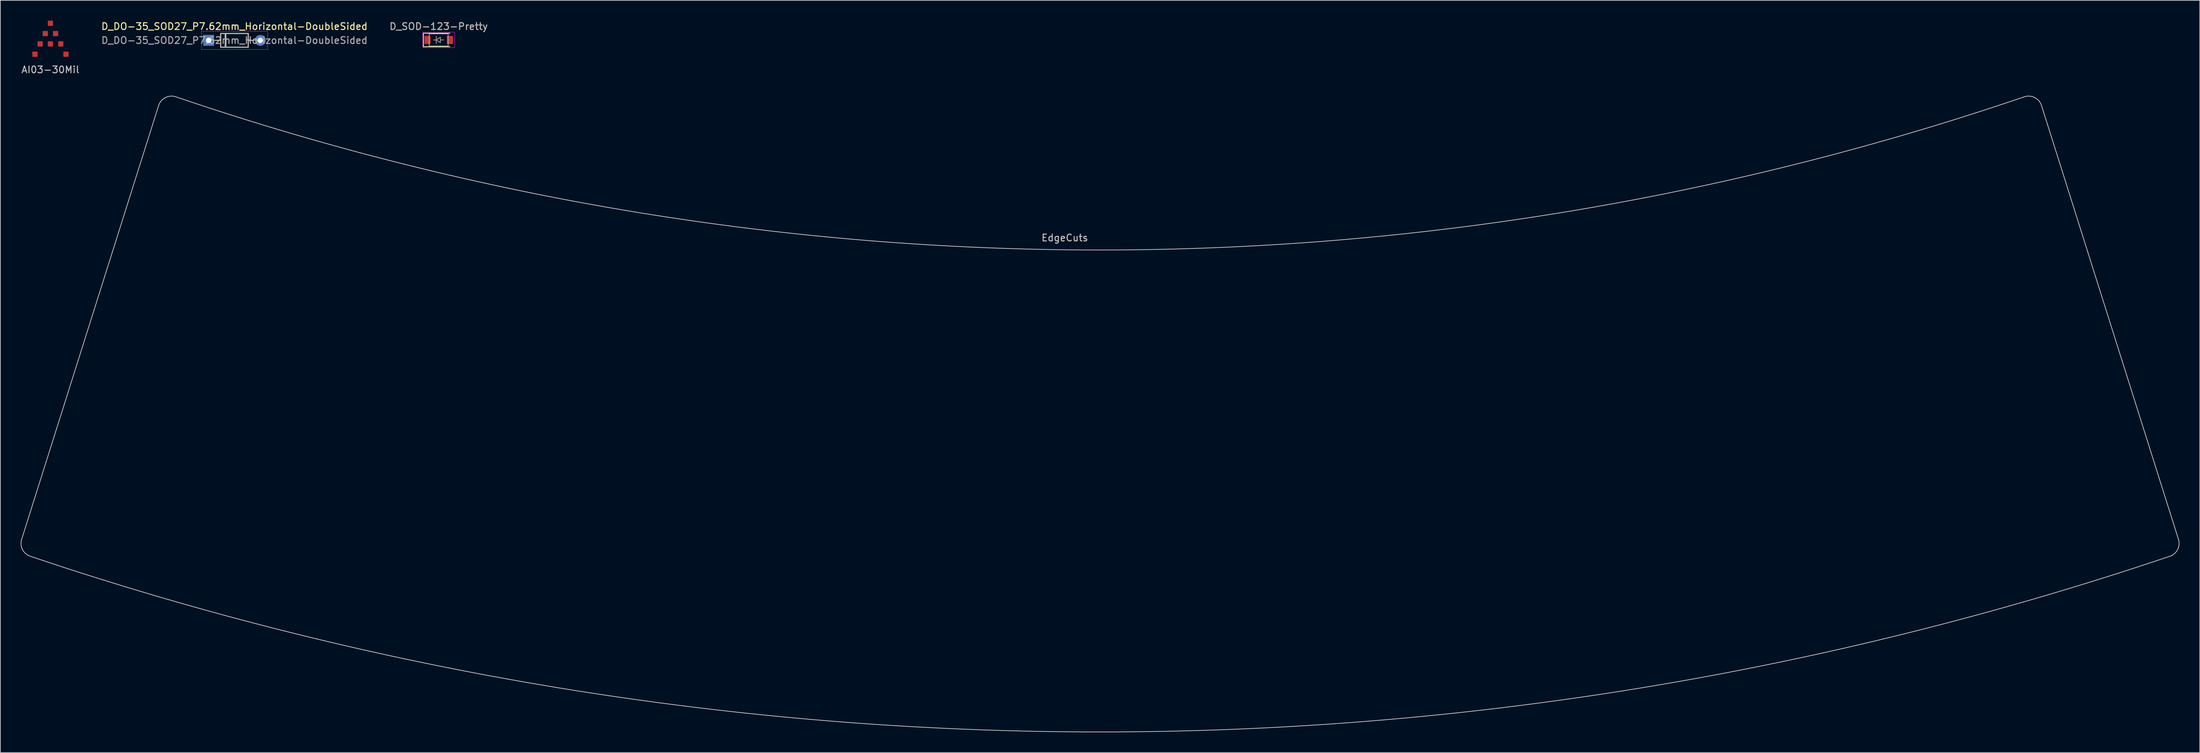
<source format=kicad_pcb>
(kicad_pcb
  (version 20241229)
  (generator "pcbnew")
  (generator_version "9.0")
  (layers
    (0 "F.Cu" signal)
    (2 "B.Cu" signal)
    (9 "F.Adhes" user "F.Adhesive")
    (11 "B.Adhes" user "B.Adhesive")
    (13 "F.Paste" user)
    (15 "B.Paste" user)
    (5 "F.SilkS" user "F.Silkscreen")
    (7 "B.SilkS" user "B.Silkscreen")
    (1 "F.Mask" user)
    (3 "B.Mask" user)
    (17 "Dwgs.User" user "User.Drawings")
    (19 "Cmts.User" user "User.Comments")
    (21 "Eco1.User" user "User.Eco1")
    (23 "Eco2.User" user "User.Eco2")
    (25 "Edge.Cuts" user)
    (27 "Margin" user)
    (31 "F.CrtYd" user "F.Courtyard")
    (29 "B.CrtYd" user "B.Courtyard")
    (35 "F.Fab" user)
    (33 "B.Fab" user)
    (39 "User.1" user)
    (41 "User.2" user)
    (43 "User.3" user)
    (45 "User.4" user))
  (footprint "AI03-30Mil"
    (layer "F.Cu")
    (at 4.387 2.667)
    (property "Reference" "AI03-30Mil" (at 0 4.572 0) (layer "Dwgs.User") (effects (font (size 1 1) (thickness 0.15))))
    (attr through_hole)
    (pad "1" smd rect (at 0 0.762) (size 0.762 0.762) (layers "F.Cu" "F.Mask" "F.Paste"))
    (pad "3" smd rect (at 1.524 0.762) (size 0.762 0.762) (layers "F.Cu" "F.Mask" "F.Paste"))
    (pad "5" smd rect (at -1.524 0.762) (size 0.762 0.762) (layers "F.Cu" "F.Mask" "F.Paste"))
    (pad "7" smd rect (at -0.762 -0.762) (size 0.762 0.762) (layers "F.Cu" "F.Mask" "F.Paste"))
    (pad "9" smd rect (at 0.762 -0.762) (size 0.762 0.762) (layers "F.Cu" "F.Mask" "F.Paste"))
    (pad "11" smd rect (at 0 -2.286) (size 0.762 0.762) (layers "F.Cu" "F.Mask" "F.Paste"))
    (pad "14" smd rect (at -2.286 2.286) (size 0.762 0.762) (layers "F.Cu" "F.Mask" "F.Paste"))
    (pad "17" smd rect (at 2.286 2.286) (size 0.762 0.762) (layers "F.Cu" "F.Mask" "F.Paste")))
  (footprint "D_SOD-123-Pretty"
    (layer "F.Cu")
    (at 61.625 2.848)
    (property "Reference" "D_SOD-123-Pretty" (at 0 -2 0) (layer "F.SilkS") (effects (font (size 1 1) (thickness 0.15))))
    (attr smd)
    (fp_line (start -2.25 -1) (end -2.25 1) (stroke (width 0.12) (type solid)) (layer "F.SilkS"))
    (fp_line (start -2.25 -1) (end 1.65 -1) (stroke (width 0.12) (type solid)) (layer "F.SilkS"))
    (fp_line (start -2.25 1) (end 1.65 1) (stroke (width 0.12) (type solid)) (layer "F.SilkS"))
    (fp_line (start -2.35 -1.15) (end -2.35 1.15) (stroke (width 0.05) (type solid)) (layer "F.CrtYd"))
    (fp_line (start -2.35 -1.15) (end 2.35 -1.15) (stroke (width 0.05) (type solid)) (layer "F.CrtYd"))
    (fp_line (start 2.35 -1.15) (end 2.35 1.15) (stroke (width 0.05) (type solid)) (layer "F.CrtYd"))
    (fp_line (start 2.35 1.15) (end -2.35 1.15) (stroke (width 0.05) (type solid)) (layer "F.CrtYd"))
    (fp_line (start -1.4 -0.9) (end 1.4 -0.9) (stroke (width 0.1) (type solid)) (layer "F.Fab"))
    (fp_line (start -1.4 0.9) (end -1.4 -0.9) (stroke (width 0.1) (type solid)) (layer "F.Fab"))
    (fp_line (start -0.75 0) (end -0.35 0) (stroke (width 0.1) (type solid)) (layer "F.Fab"))
    (fp_line (start -0.35 0) (end -0.35 -0.55) (stroke (width 0.1) (type solid)) (layer "F.Fab"))
    (fp_line (start -0.35 0) (end -0.35 0.55) (stroke (width 0.1) (type solid)) (layer "F.Fab"))
    (fp_line (start -0.35 0) (end 0.25 -0.4) (stroke (width 0.1) (type solid)) (layer "F.Fab"))
    (fp_line (start 0.25 -0.4) (end 0.25 0.4) (stroke (width 0.1) (type solid)) (layer "F.Fab"))
    (fp_line (start 0.25 0) (end 0.75 0) (stroke (width 0.1) (type solid)) (layer "F.Fab"))
    (fp_line (start 0.25 0.4) (end -0.35 0) (stroke (width 0.1) (type solid)) (layer "F.Fab"))
    (fp_line (start 1.4 -0.9) (end 1.4 0.9) (stroke (width 0.1) (type solid)) (layer "F.Fab"))
    (fp_line (start 1.4 0.9) (end -1.4 0.9) (stroke (width 0.1) (type solid)) (layer "F.Fab"))
    (fp_text user "${REFERENCE}" (at 0 -2 0) (layer "F.Fab") (effects (font (size 1 1) (thickness 0.15))))
    (pad "1" smd rect (at -1.65 0) (size 0.9 1.2) (layers "F.Cu" "F.Mask" "F.Paste"))
    (pad "2" smd rect (at 1.65 0) (size 0.9 1.2) (layers "F.Cu" "F.Mask" "F.Paste")))
  (footprint "EdgeCuts"
    (layer "F.Cu")
    (at 150.256 64.826)
    (property "Reference" "EdgeCuts" (at 3.683 -32.766 0) (layer "Dwgs.User") (effects (font (size 1 1) (thickness 0.15))))
    (attr through_hole)
    (fp_line (start -129.923 -52.29) (end -150.114 11.743) (stroke (width 0.1) (type solid)) (layer "Edge.Cuts"))
    (fp_line (start 147.687 -52.29) (end 167.878 11.743) (stroke (width 0.1) (type solid)) (layer "Edge.Cuts"))
    (fp_arc (start -148.846859 14.238633) (mid -149.989795 13.249169) (end -150.113797 11.742528) (stroke (width 0.1) (type solid)) (layer "Edge.Cuts"))
    (fp_arc (start -129.923426 -52.290434) (mid -128.918619 -53.473734) (end -127.37002 -53.581804) (stroke (width 0.1) (type solid)) (layer "Edge.Cuts"))
    (fp_arc (start 145.13407 -53.581808) (mid 146.682664 -53.473741) (end 147.687474 -52.290448) (stroke (width 0.1) (type solid)) (layer "Edge.Cuts"))
    (fp_arc (start 145.13407 -53.581807) (mid 8.882025 -30.971848) (end -127.37002 -53.581804) (stroke (width 0.1) (type solid)) (layer "Edge.Cuts"))
    (fp_arc (start 166.611289 14.238636) (mid 8.882215 40.177551) (end -148.846858 14.238633) (stroke (width 0.1) (type solid)) (layer "Edge.Cuts"))
    (fp_arc (start 167.878224 11.742522) (mid 167.754227 13.249168) (end 166.611288 14.238636) (stroke (width 0.1) (type solid)) (layer "Edge.Cuts")))
  (footprint "D_DO-35_SOD27_P7.62mm_Horizontal-DoubleSided"
    (layer "F.Cu")
    (at 27.708 2.908)
    (property "Reference" "D_DO-35_SOD27_P7.62mm_Horizontal-DoubleSided" (at 3.81 -2.06 0) (layer "F.SilkS") (effects (font (size 1 1) (thickness 0.15))))
    (attr through_hole)
    (fp_line (start 1.778 -1.016) (end 1.778 1.016) (stroke (width 0.15) (type solid)) (layer "F.SilkS"))
    (fp_line (start 1.778 0) (end 1.016 0) (stroke (width 0.15) (type solid)) (layer "F.SilkS"))
    (fp_line (start 1.778 1.016) (end 5.842 1.016) (stroke (width 0.15) (type solid)) (layer "F.SilkS"))
    (fp_line (start 2.54 1.016) (end 2.54 -1.016) (stroke (width 0.15) (type solid)) (layer "F.SilkS"))
    (fp_line (start 5.842 -1.016) (end 1.778 -1.016) (stroke (width 0.15) (type solid)) (layer "F.SilkS"))
    (fp_line (start 5.842 0) (end 6.604 0) (stroke (width 0.15) (type solid)) (layer "F.SilkS"))
    (fp_line (start 5.842 1.016) (end 5.842 -1.016) (stroke (width 0.15) (type solid)) (layer "F.SilkS"))
    (fp_line (start 1.778 -1.016) (end 1.778 1.016) (stroke (width 0.15) (type solid)) (layer "B.SilkS"))
    (fp_line (start 1.778 0) (end 1.016 0) (stroke (width 0.15) (type solid)) (layer "B.SilkS"))
    (fp_line (start 1.778 1.016) (end 5.842 1.016) (stroke (width 0.15) (type solid)) (layer "B.SilkS"))
    (fp_line (start 2.54 -1.016) (end 2.54 1.016) (stroke (width 0.15) (type solid)) (layer "B.SilkS"))
    (fp_line (start 5.842 -1.016) (end 1.778 -1.016) (stroke (width 0.15) (type solid)) (layer "B.SilkS"))
    (fp_line (start 5.842 0) (end 6.604 0) (stroke (width 0.15) (type solid)) (layer "B.SilkS"))
    (fp_line (start 5.842 1.016) (end 5.842 -1.016) (stroke (width 0.15) (type solid)) (layer "B.SilkS"))
    (fp_line (start -1.05 -1.35) (end -1.05 1.35) (stroke (width 0.05) (type solid)) (layer "F.CrtYd"))
    (fp_line (start -1.05 1.35) (end 8.7 1.35) (stroke (width 0.05) (type solid)) (layer "F.CrtYd"))
    (fp_line (start 8.7 -1.35) (end -1.05 -1.35) (stroke (width 0.05) (type solid)) (layer "F.CrtYd"))
    (fp_line (start 8.7 1.35) (end 8.7 -1.35) (stroke (width 0.05) (type solid)) (layer "F.CrtYd"))
    (fp_line (start 0 0) (end 1.81 0) (stroke (width 0.1) (type solid)) (layer "F.Fab"))
    (fp_line (start 1.81 -1) (end 1.81 1) (stroke (width 0.1) (type solid)) (layer "F.Fab"))
    (fp_line (start 1.81 1) (end 5.81 1) (stroke (width 0.1) (type solid)) (layer "F.Fab"))
    (fp_line (start 2.41 -1) (end 2.41 1) (stroke (width 0.1) (type solid)) (layer "F.Fab"))
    (fp_line (start 5.81 -1) (end 1.81 -1) (stroke (width 0.1) (type solid)) (layer "F.Fab"))
    (fp_line (start 5.81 1) (end 5.81 -1) (stroke (width 0.1) (type solid)) (layer "F.Fab"))
    (fp_line (start 7.62 0) (end 5.81 0) (stroke (width 0.1) (type solid)) (layer "F.Fab"))
    (fp_text user "${REFERENCE}" (at 3.81 0 0) (layer "F.Fab") (effects (font (size 1 1) (thickness 0.15))))
    (pad "1" thru_hole rect (at 0 0) (size 1.6 1.6) (drill 0.8) (layers "*.Cu" "*.Mask"))
    (pad "2" thru_hole oval (at 7.62 0) (size 1.6 1.6) (drill 0.8) (layers "*.Cu" "*.Mask")))
  (gr_rect
    (start -3 -3)
    (end 321.277 108.054)
    (stroke (width 0.1) (type default))
    (fill no)
    (layer "Edge.Cuts")))
</source>
